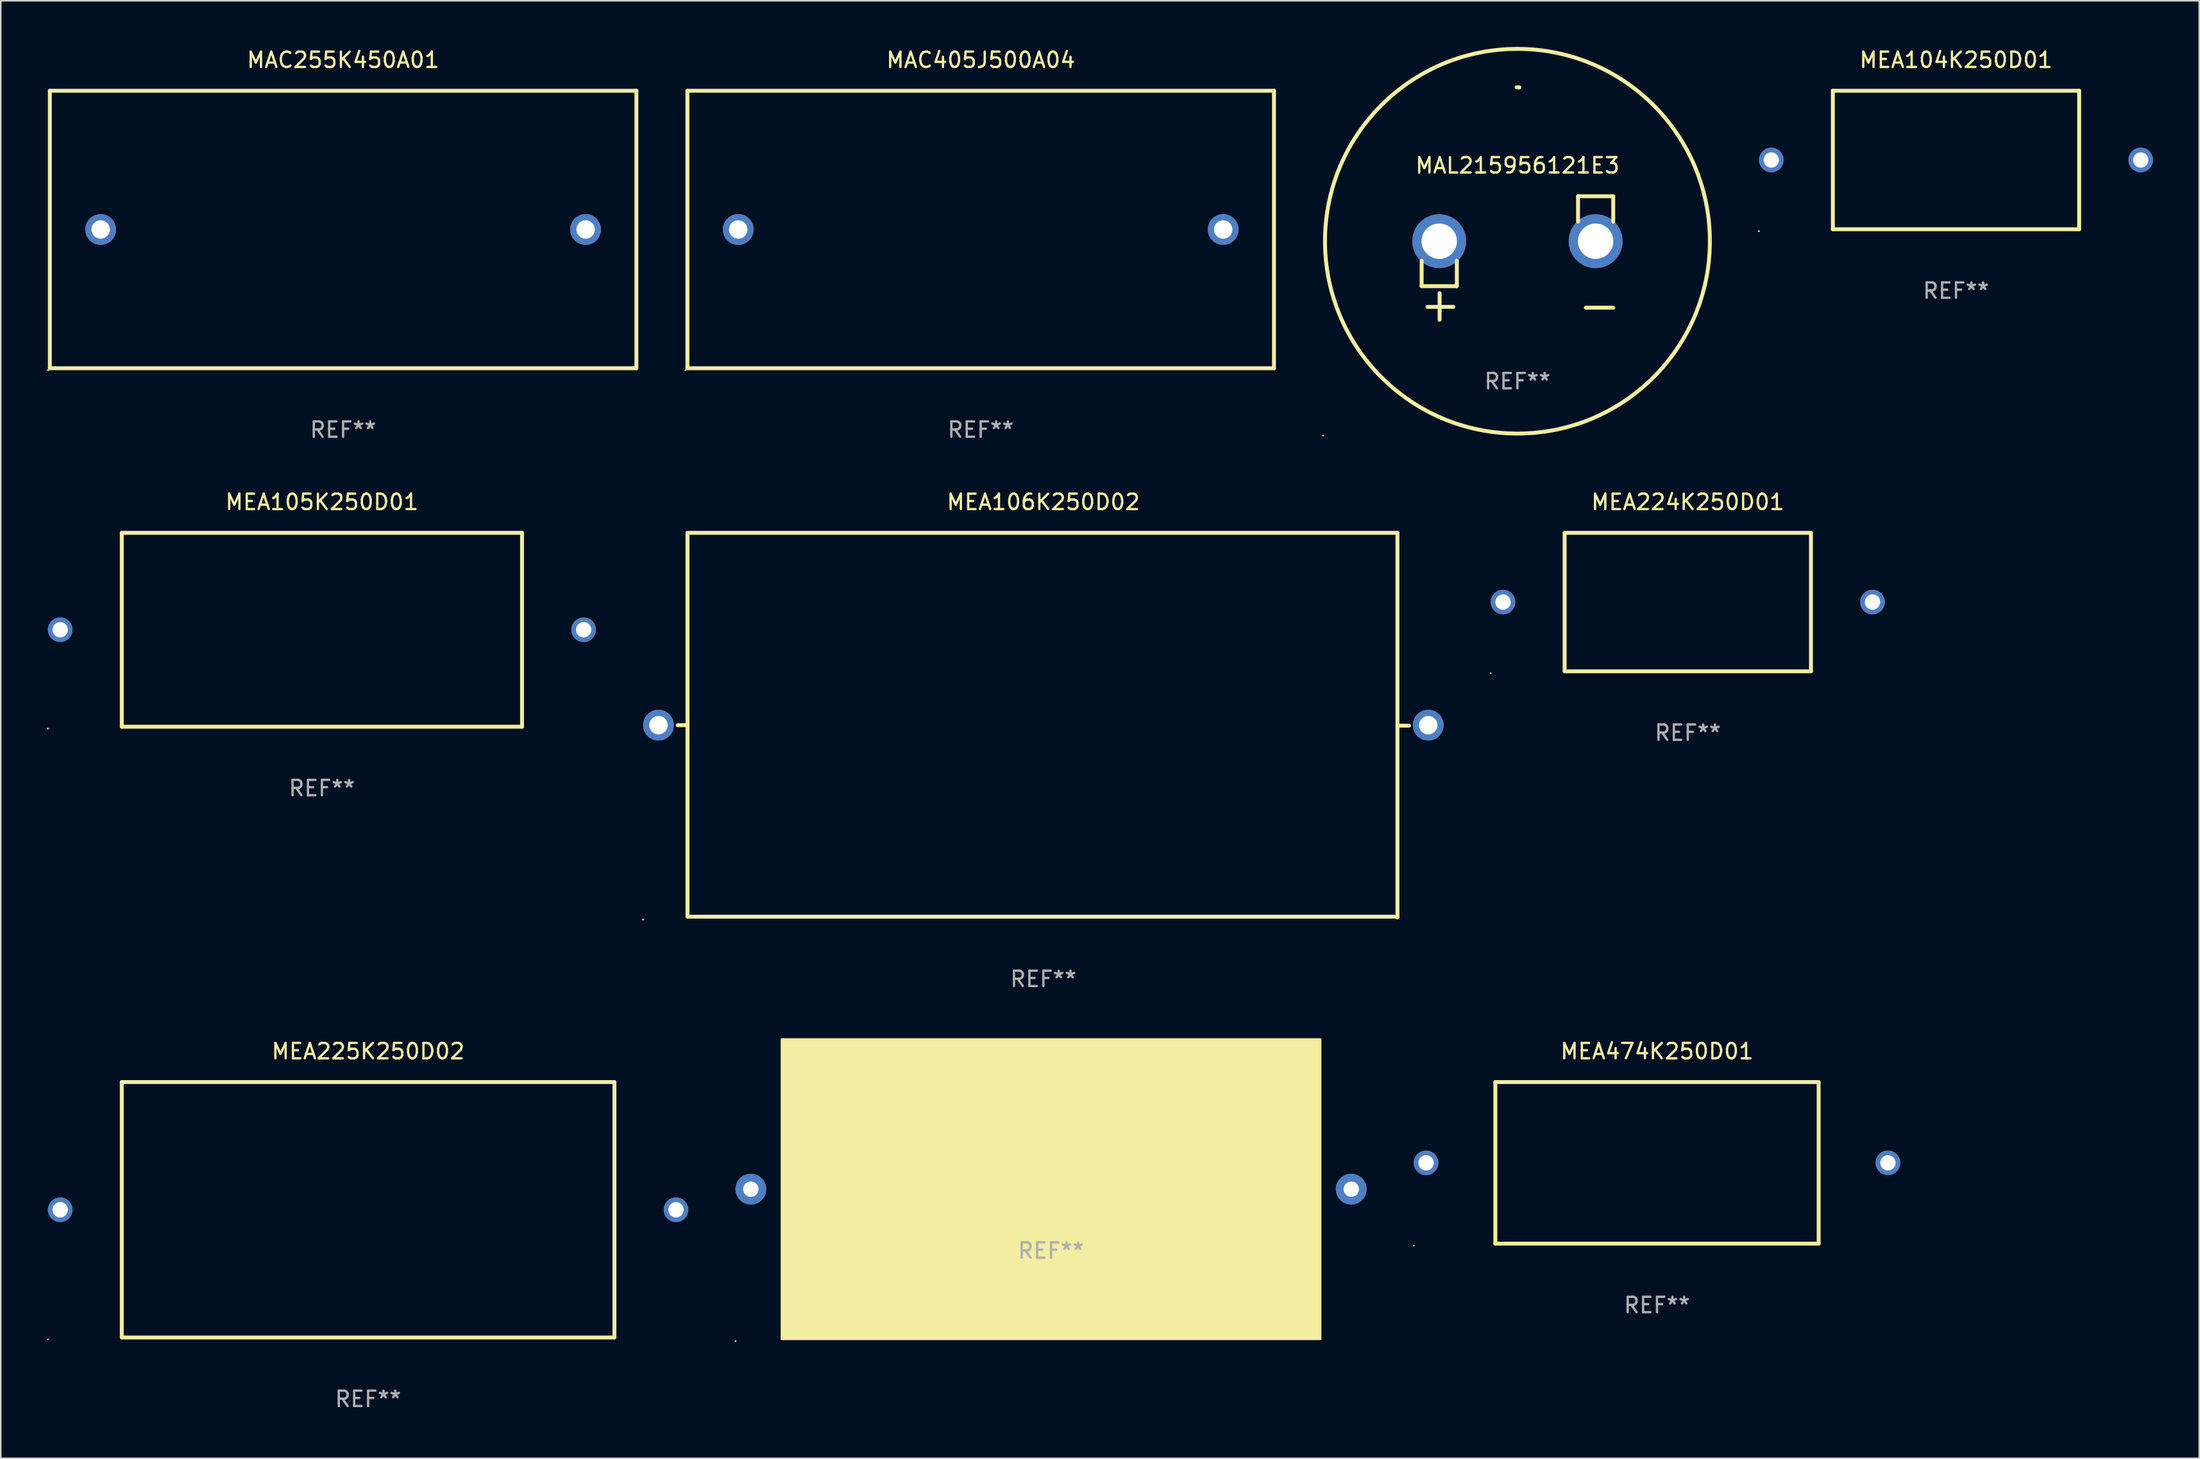
<source format=kicad_pcb>
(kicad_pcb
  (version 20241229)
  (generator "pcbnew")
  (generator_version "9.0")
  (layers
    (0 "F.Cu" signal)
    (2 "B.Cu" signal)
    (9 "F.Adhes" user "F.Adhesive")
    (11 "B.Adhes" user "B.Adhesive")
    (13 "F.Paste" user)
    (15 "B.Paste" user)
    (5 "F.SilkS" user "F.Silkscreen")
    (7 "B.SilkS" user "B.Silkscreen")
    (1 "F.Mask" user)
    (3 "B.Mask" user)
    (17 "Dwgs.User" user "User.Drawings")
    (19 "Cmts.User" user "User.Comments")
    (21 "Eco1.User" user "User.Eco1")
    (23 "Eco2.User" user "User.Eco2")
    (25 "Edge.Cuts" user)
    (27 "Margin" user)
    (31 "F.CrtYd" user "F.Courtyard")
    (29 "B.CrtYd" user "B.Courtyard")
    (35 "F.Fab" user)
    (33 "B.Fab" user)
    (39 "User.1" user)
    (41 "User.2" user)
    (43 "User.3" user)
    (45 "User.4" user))
  (footprint "MEA224K250D01"
    (layer "F.Cu")
    (at 106.58 36.079)
    (property "Reference" "MEA224K250D01" (at 0 -6.5 0) (layer "F.SilkS") (effects (font (size 1 1) (thickness 0.15))))
    (attr through_hole)
    (fp_line (start -8 -4.5) (end -8 4.5) (stroke (width 0.254) (type solid)) (layer "F.SilkS"))
    (fp_line (start -8 -4.5) (end 8 -4.5) (stroke (width 0.254) (type solid)) (layer "F.SilkS"))
    (fp_line (start -8 4.5) (end 8 4.5) (stroke (width 0.254) (type solid)) (layer "F.SilkS"))
    (fp_line (start 8 -4.5) (end 8 4.5) (stroke (width 0.254) (type solid)) (layer "F.SilkS"))
    (fp_circle (center -12.8 4.627) (end -12.77 4.627) (stroke (width 0.06) (type solid)) (fill no) (layer "F.SilkS"))
    (fp_text user "REF**" (at 0 8.5 0) (layer "F.Fab") (effects (font (size 1 1) (thickness 0.15))))
    (pad "1" thru_hole circle (at -12 0) (size 1.6 1.6) (drill 1) (layers "*.Cu" "*.Mask"))
    (pad "2" thru_hole circle (at 12 0) (size 1.6 1.6) (drill 1) (layers "*.Cu" "*.Mask")))
  (footprint "MEA105K250D01"
    (layer "F.Cu")
    (at 17.86 37.879)
    (property "Reference" "MEA105K250D01" (at 0 -8.3 0) (layer "F.SilkS") (effects (font (size 1 1) (thickness 0.15))))
    (attr through_hole)
    (fp_line (start -13 -6.3) (end -13 6.3) (stroke (width 0.254) (type solid)) (layer "F.SilkS"))
    (fp_line (start -13 -6.3) (end 13 -6.3) (stroke (width 0.254) (type solid)) (layer "F.SilkS"))
    (fp_line (start -13 6.3) (end 13 6.3) (stroke (width 0.254) (type solid)) (layer "F.SilkS"))
    (fp_line (start 13 -6.3) (end 13 6.3) (stroke (width 0.254) (type solid)) (layer "F.SilkS"))
    (fp_circle (center -17.8 6.427) (end -17.77 6.427) (stroke (width 0.06) (type solid)) (fill no) (layer "F.SilkS"))
    (fp_text user "REF**" (at 0 10.3 0) (layer "F.Fab") (effects (font (size 1 1) (thickness 0.15))))
    (pad "1" thru_hole circle (at -17 -0.000013) (size 1.6 1.6) (drill 1) (layers "*.Cu" "*.Mask"))
    (pad "2" thru_hole circle (at 17 -0.000013) (size 1.6 1.6) (drill 1) (layers "*.Cu" "*.Mask")))
  (footprint "MAC405J500A04"
    (layer "F.Cu")
    (at 60.651 11.865)
    (property "Reference" "MAC405J500A04" (at 0 -11.017 0) (layer "F.SilkS") (effects (font (size 1 1) (thickness 0.15))))
    (attr through_hole)
    (fp_line (start -19.05 -9.017) (end -19.05 9.017) (stroke (width 0.254) (type solid)) (layer "F.SilkS"))
    (fp_line (start -19.05 9.017) (end 19.05 9.017) (stroke (width 0.254) (type solid)) (layer "F.SilkS"))
    (fp_line (start 19.05 -9.017) (end -19.05 -9.017) (stroke (width 0.254) (type solid)) (layer "F.SilkS"))
    (fp_line (start 19.05 9.017) (end 19.05 -9.017) (stroke (width 0.254) (type solid)) (layer "F.SilkS"))
    (fp_circle (center -19.177 9.144) (end -19.147 9.144) (stroke (width 0.06) (type solid)) (fill no) (layer "F.SilkS"))
    (fp_text user "REF**" (at 0 13.017 0) (layer "F.Fab") (effects (font (size 1 1) (thickness 0.15))))
    (pad "1" thru_hole circle (at -15.75 0) (size 2 2) (drill 1.2) (layers "*.Cu" "*.Mask"))
    (pad "2" thru_hole circle (at 15.75 0) (size 2 2) (drill 1.2) (layers "*.Cu" "*.Mask")))
  (footprint "MEA106K250D02"
    (layer "F.Cu")
    (at 64.72 44.079)
    (property "Reference" "MEA106K250D02" (at 0 -14.5 0) (layer "F.SilkS") (effects (font (size 1 1) (thickness 0.15))))
    (attr through_hole)
    (fp_line (start -23.114 -12.5) (end -23.114 12.446) (stroke (width 0.254) (type solid)) (layer "F.SilkS"))
    (fp_line (start -23.114 0.002) (end -23.749 0.002) (stroke (width 0.254) (type solid)) (layer "F.SilkS"))
    (fp_line (start -23.114 12.446) (end 23 12.446) (stroke (width 0.254) (type solid)) (layer "F.SilkS"))
    (fp_line (start 23 -12.5) (end -23.114 -12.5) (stroke (width 0.254) (type solid)) (layer "F.SilkS"))
    (fp_line (start 23 0.033) (end 23.749 0.033) (stroke (width 0.254) (type solid)) (layer "F.SilkS"))
    (fp_line (start 23 12.5) (end 23 -12.5) (stroke (width 0.254) (type solid)) (layer "F.SilkS"))
    (fp_circle (center -26 12.627) (end -25.97 12.627) (stroke (width 0.06) (type solid)) (fill no) (layer "F.SilkS"))
    (fp_text user "REF**" (at 0 16.5 0) (layer "F.Fab") (effects (font (size 1 1) (thickness 0.15))))
    (pad "1" thru_hole circle (at -25 0) (size 2 2) (drill 1.2) (layers "*.Cu" "*.Mask"))
    (pad "2" thru_hole circle (at 25 0) (size 2 2) (drill 1.2) (layers "*.Cu" "*.Mask")))
  (footprint "MEA225K250D02"
    (layer "F.Cu")
    (at 20.86 75.575)
    (property "Reference" "MEA225K250D02" (at 0 -10.3 0) (layer "F.SilkS") (effects (font (size 1 1) (thickness 0.15))))
    (attr through_hole)
    (fp_line (start -16 -8.3) (end 16 -8.3) (stroke (width 0.254) (type solid)) (layer "F.SilkS"))
    (fp_line (start -16 8.3) (end -16 -8.3) (stroke (width 0.254) (type solid)) (layer "F.SilkS"))
    (fp_line (start -16 8.3) (end 16 8.3) (stroke (width 0.254) (type solid)) (layer "F.SilkS"))
    (fp_line (start 16 -8.3) (end 16 8.3) (stroke (width 0.254) (type solid)) (layer "F.SilkS"))
    (fp_circle (center -20.8 8.427) (end -20.77 8.427) (stroke (width 0.06) (type solid)) (fill no) (layer "F.SilkS"))
    (fp_text user "REF**" (at 0 12.3 0) (layer "F.Fab") (effects (font (size 1 1) (thickness 0.15))))
    (pad "1" thru_hole circle (at -20 0) (size 1.6 1.6) (drill 1) (layers "*.Cu" "*.Mask"))
    (pad "2" thru_hole circle (at 20 0) (size 1.6 1.6) (drill 1) (layers "*.Cu" "*.Mask")))
  (footprint "MAL215956121E3"
    (layer "F.Cu")
    (at 95.515 13.719)
    (property "Reference" "MAL215956121E3" (at 0 -6.013 0) (layer "F.SilkS") (effects (font (size 1 1) (thickness 0.15))))
    (attr through_hole)
    (fp_line (start -6.223 0.178) (end -6.223 1.829) (stroke (width 0.254) (type solid)) (layer "F.SilkS"))
    (fp_line (start -6.223 1.829) (end -3.937 1.829) (stroke (width 0.254) (type solid)) (layer "F.SilkS"))
    (fp_line (start -5.055 4.013) (end -5.055 2.286) (stroke (width 0.254) (type solid)) (layer "F.SilkS"))
    (fp_line (start -4.166 3.175) (end -5.842 3.175) (stroke (width 0.254) (type solid)) (layer "F.SilkS"))
    (fp_line (start -3.937 1.829) (end -3.937 0.178) (stroke (width 0.254) (type solid)) (layer "F.SilkS"))
    (fp_line (start 3.937 -4.013) (end 3.937 -2.362) (stroke (width 0.254) (type solid)) (layer "F.SilkS"))
    (fp_line (start 6.223 -4.013) (end 3.937 -4.013) (stroke (width 0.254) (type solid)) (layer "F.SilkS"))
    (fp_line (start 6.223 -2.362) (end 6.223 -4.013) (stroke (width 0.254) (type solid)) (layer "F.SilkS"))
    (fp_line (start 6.223 3.226) (end 4.445 3.226) (stroke (width 0.254) (type solid)) (layer "F.SilkS"))
    (fp_arc (start -0.0508 -11.092202) (mid 0.036835 -11.091307) (end 0.12446 -11.089662) (stroke (width 0.254001) (type solid)) (layer "F.SilkS"))
    (fp_circle (center -12.627 11.535) (end -12.597 11.535) (stroke (width 0.06) (type solid)) (fill no) (layer "F.SilkS"))
    (fp_circle (center 0 -1.092) (end 12.5 -1.092) (stroke (width 0.254) (type solid)) (fill no) (layer "F.SilkS"))
    (fp_text user "REF**" (at 0 8.013 0) (layer "F.Fab") (effects (font (size 1 1) (thickness 0.15))))
    (pad "1" thru_hole circle (at -5.08 -1.092) (size 3.5 3.5) (drill 2.3) (layers "*.Cu" "*.Mask"))
    (pad "2" thru_hole circle (at 5.08 -1.092) (size 3.5 3.5) (drill 2.3) (layers "*.Cu" "*.Mask")))
  (footprint "MEA335K250D01"
    (layer "F.Cu")
    (at 65.22 74.237)
    (property "Reference" "MEA335K250D01" (at 0 -2 0) (layer "F.SilkS") (effects (font (size 1 1) (thickness 0.15))))
    (attr through_hole)
    (fp_circle (center -20.5 9.877) (end -20.47 9.877) (stroke (width 0.06) (type solid)) (fill no) (layer "F.SilkS"))
    (fp_poly (pts (xy -17.5 -9.75) (xy 17.5 -9.75) (xy 17.5 9.75) (xy -17.5 9.75)) (stroke (width 0.12) (type solid)) (fill yes) (layer "F.SilkS"))
    (fp_text user "REF**" (at 0 4 0) (layer "F.Fab") (effects (font (size 1 1) (thickness 0.15))))
    (pad "1" thru_hole circle (at -19.5 0) (size 2 2) (drill 1) (layers "*.Cu" "*.Mask"))
    (pad "2" thru_hole circle (at 19.5 0) (size 2 2) (drill 1) (layers "*.Cu" "*.Mask")))
  (footprint "MAC255K450A01"
    (layer "F.Cu")
    (at 19.237 11.865)
    (property "Reference" "MAC255K450A01" (at 0 -11.017 0) (layer "F.SilkS") (effects (font (size 1 1) (thickness 0.15))))
    (attr through_hole)
    (fp_line (start -19.05 -9.017) (end -19.05 9.017) (stroke (width 0.254) (type solid)) (layer "F.SilkS"))
    (fp_line (start -19.05 9.017) (end 19.05 9.017) (stroke (width 0.254) (type solid)) (layer "F.SilkS"))
    (fp_line (start 19.05 -9.017) (end -19.05 -9.017) (stroke (width 0.254) (type solid)) (layer "F.SilkS"))
    (fp_line (start 19.05 9.017) (end 19.05 -9.017) (stroke (width 0.254) (type solid)) (layer "F.SilkS"))
    (fp_circle (center -19.177 9.144) (end -19.147 9.144) (stroke (width 0.06) (type solid)) (fill no) (layer "F.SilkS"))
    (fp_text user "REF**" (at 0 13.017 0) (layer "F.Fab") (effects (font (size 1 1) (thickness 0.15))))
    (pad "1" thru_hole circle (at -15.75 0) (size 2 2) (drill 1.2) (layers "*.Cu" "*.Mask"))
    (pad "2" thru_hole circle (at 15.75 0) (size 2 2) (drill 1.2) (layers "*.Cu" "*.Mask")))
  (footprint "MEA474K250D01"
    (layer "F.Cu")
    (at 104.58 72.525)
    (property "Reference" "MEA474K250D01" (at 0 -7.25 0) (layer "F.SilkS") (effects (font (size 1 1) (thickness 0.15))))
    (attr through_hole)
    (fp_line (start -10.5 -5.25) (end 10.5 -5.25) (stroke (width 0.254) (type solid)) (layer "F.SilkS"))
    (fp_line (start -10.5 5.25) (end -10.5 -5.25) (stroke (width 0.254) (type solid)) (layer "F.SilkS"))
    (fp_line (start -10.5 5.25) (end 10.5 5.25) (stroke (width 0.254) (type solid)) (layer "F.SilkS"))
    (fp_line (start 10.5 -5.25) (end 10.5 5.25) (stroke (width 0.254) (type solid)) (layer "F.SilkS"))
    (fp_circle (center -15.8 5.377) (end -15.77 5.377) (stroke (width 0.06) (type solid)) (fill no) (layer "F.SilkS"))
    (fp_text user "REF**" (at 0 9.25 0) (layer "F.Fab") (effects (font (size 1 1) (thickness 0.15))))
    (pad "1" thru_hole circle (at -15 0) (size 1.6 1.6) (drill 1) (layers "*.Cu" "*.Mask"))
    (pad "2" thru_hole circle (at 15 0) (size 1.6 1.6) (drill 1) (layers "*.Cu" "*.Mask")))
  (footprint "MEA104K250D01"
    (layer "F.Cu")
    (at 124.002 7.348)
    (property "Reference" "MEA104K250D01" (at 0 -6.5 0) (layer "F.SilkS") (effects (font (size 1 1) (thickness 0.15))))
    (attr through_hole)
    (fp_line (start -8 -4.5) (end -8 4.5) (stroke (width 0.254) (type solid)) (layer "F.SilkS"))
    (fp_line (start -8 -4.5) (end 8 -4.5) (stroke (width 0.254) (type solid)) (layer "F.SilkS"))
    (fp_line (start -8 4.5) (end 8 4.5) (stroke (width 0.254) (type solid)) (layer "F.SilkS"))
    (fp_line (start 8 -4.5) (end 8 4.5) (stroke (width 0.254) (type solid)) (layer "F.SilkS"))
    (fp_circle (center -12.8 4.627) (end -12.77 4.627) (stroke (width 0.06) (type solid)) (fill no) (layer "F.SilkS"))
    (fp_text user "REF**" (at 0 8.5 0) (layer "F.Fab") (effects (font (size 1 1) (thickness 0.15))))
    (pad "1" thru_hole circle (at -12 0) (size 1.6 1.6) (drill 1) (layers "*.Cu" "*.Mask"))
    (pad "2" thru_hole circle (at 12 0) (size 1.6 1.6) (drill 1) (layers "*.Cu" "*.Mask")))
  (gr_rect
    (start -3 -3)
    (end 139.802 91.724)
    (stroke (width 0.1) (type default))
    (fill no)
    (layer "Edge.Cuts")))
</source>
